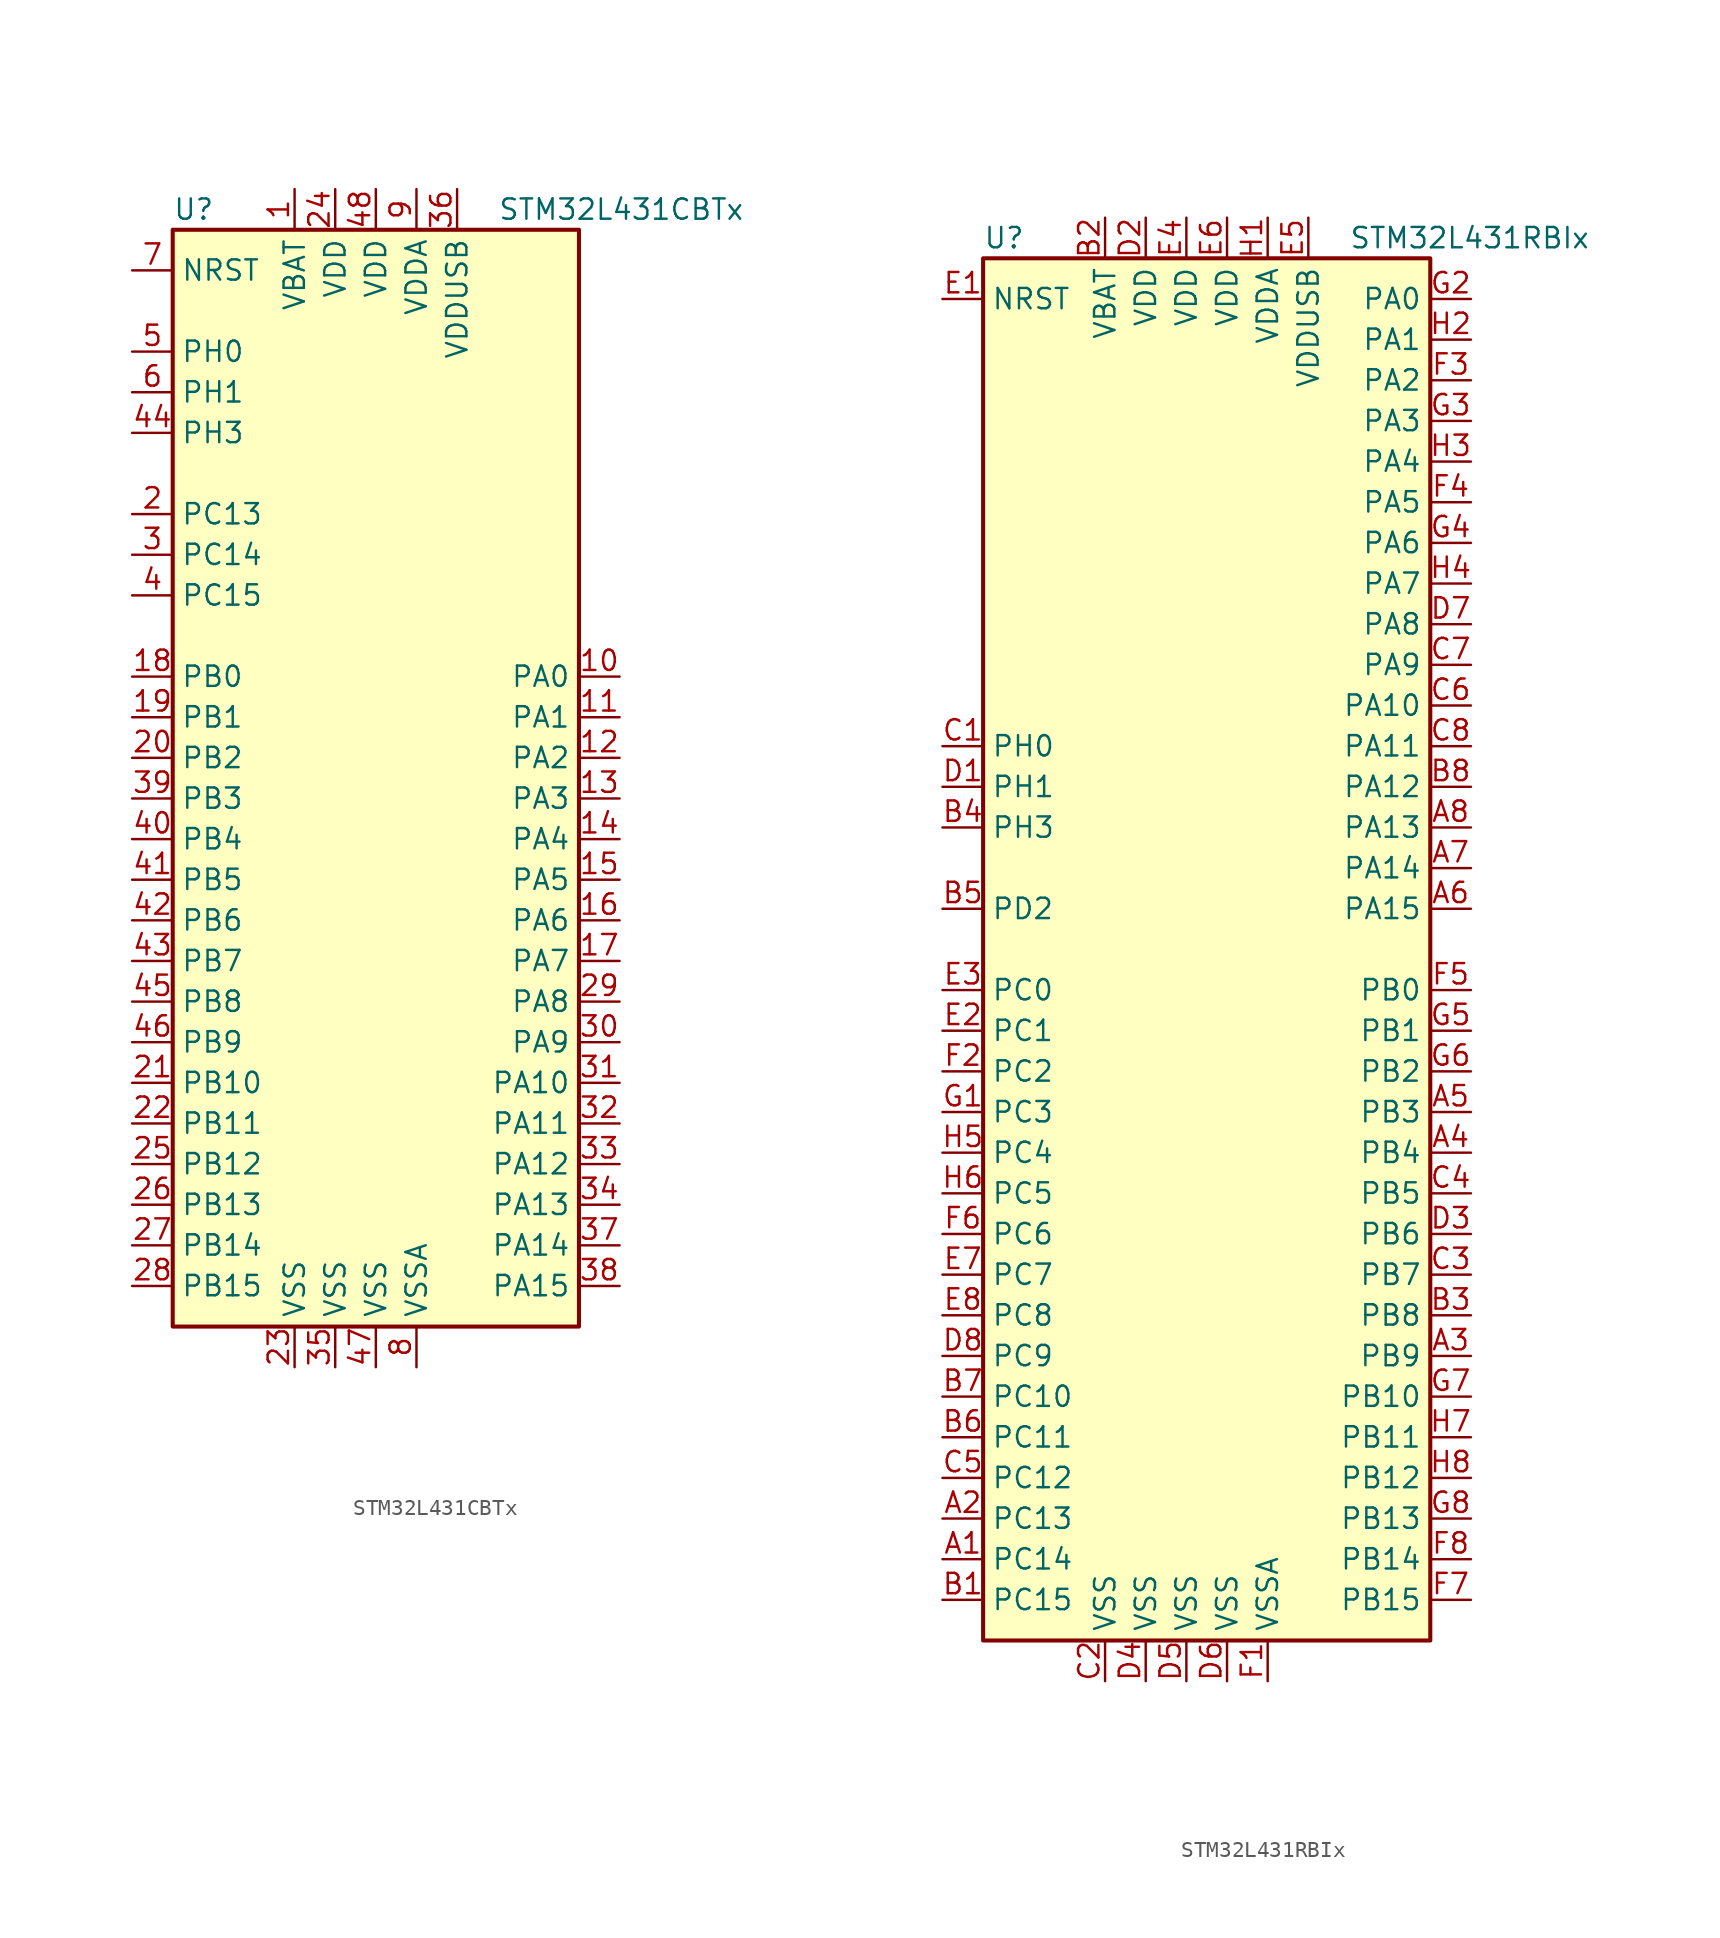
<source format=kicad_sym>
(kicad_symbol_lib
  (version 20211014)
  (generator kicad_symbol_editor)
  (symbol "STM32L431CBTx"
    (property "Reference" "U"
      (at -12.7 34.29 0)
      (effects (font (size 1.27 1.27)) (justify left)))
    (property "Value" "STM32L431CBTx"
      (at 7.62 34.29 0)
      (effects (font (size 1.27 1.27)) (justify left)))
    (symbol "STM32L431CBTx_0_1"
      (rectangle (start -12.7 -35.56) (end 12.7 33.02) (stroke (width 0.254) (type default) (color 0 0 0 0)) (fill (type background))))
    (symbol "STM32L431CBTx_1_1"
      (pin power_in line (at -5.08 35.56 270) (length 2.54) (name "VBAT" (effects (font (size 1.27 1.27)))) (number "1" (effects (font (size 1.27 1.27)))))
      (pin bidirectional line (at 15.24 5.08 180) (length 2.54) (name "PA0" (effects (font (size 1.27 1.27)))) (number "10" (effects (font (size 1.27 1.27)))))
      (pin bidirectional line (at 15.24 2.54 180) (length 2.54) (name "PA1" (effects (font (size 1.27 1.27)))) (number "11" (effects (font (size 1.27 1.27)))))
      (pin bidirectional line (at 15.24 0 180) (length 2.54) (name "PA2" (effects (font (size 1.27 1.27)))) (number "12" (effects (font (size 1.27 1.27)))))
      (pin bidirectional line (at 15.24 -2.54 180) (length 2.54) (name "PA3" (effects (font (size 1.27 1.27)))) (number "13" (effects (font (size 1.27 1.27)))))
      (pin bidirectional line (at 15.24 -5.08 180) (length 2.54) (name "PA4" (effects (font (size 1.27 1.27)))) (number "14" (effects (font (size 1.27 1.27)))))
      (pin bidirectional line (at 15.24 -7.62 180) (length 2.54) (name "PA5" (effects (font (size 1.27 1.27)))) (number "15" (effects (font (size 1.27 1.27)))))
      (pin bidirectional line (at 15.24 -10.16 180) (length 2.54) (name "PA6" (effects (font (size 1.27 1.27)))) (number "16" (effects (font (size 1.27 1.27)))))
      (pin bidirectional line (at 15.24 -12.7 180) (length 2.54) (name "PA7" (effects (font (size 1.27 1.27)))) (number "17" (effects (font (size 1.27 1.27)))))
      (pin bidirectional line (at -15.24 5.08 0) (length 2.54) (name "PB0" (effects (font (size 1.27 1.27)))) (number "18" (effects (font (size 1.27 1.27)))))
      (pin bidirectional line (at -15.24 2.54 0) (length 2.54) (name "PB1" (effects (font (size 1.27 1.27)))) (number "19" (effects (font (size 1.27 1.27)))))
      (pin bidirectional line (at -15.24 15.24 0) (length 2.54) (name "PC13" (effects (font (size 1.27 1.27)))) (number "2" (effects (font (size 1.27 1.27)))))
      (pin bidirectional line (at -15.24 0 0) (length 2.54) (name "PB2" (effects (font (size 1.27 1.27)))) (number "20" (effects (font (size 1.27 1.27)))))
      (pin bidirectional line (at -15.24 -20.32 0) (length 2.54) (name "PB10" (effects (font (size 1.27 1.27)))) (number "21" (effects (font (size 1.27 1.27)))))
      (pin bidirectional line (at -15.24 -22.86 0) (length 2.54) (name "PB11" (effects (font (size 1.27 1.27)))) (number "22" (effects (font (size 1.27 1.27)))))
      (pin power_in line (at -5.08 -38.1 90) (length 2.54) (name "VSS" (effects (font (size 1.27 1.27)))) (number "23" (effects (font (size 1.27 1.27)))))
      (pin power_in line (at -2.54 35.56 270) (length 2.54) (name "VDD" (effects (font (size 1.27 1.27)))) (number "24" (effects (font (size 1.27 1.27)))))
      (pin bidirectional line (at -15.24 -25.4 0) (length 2.54) (name "PB12" (effects (font (size 1.27 1.27)))) (number "25" (effects (font (size 1.27 1.27)))))
      (pin bidirectional line (at -15.24 -27.94 0) (length 2.54) (name "PB13" (effects (font (size 1.27 1.27)))) (number "26" (effects (font (size 1.27 1.27)))))
      (pin bidirectional line (at -15.24 -30.48 0) (length 2.54) (name "PB14" (effects (font (size 1.27 1.27)))) (number "27" (effects (font (size 1.27 1.27)))))
      (pin bidirectional line (at -15.24 -33.02 0) (length 2.54) (name "PB15" (effects (font (size 1.27 1.27)))) (number "28" (effects (font (size 1.27 1.27)))))
      (pin bidirectional line (at 15.24 -15.24 180) (length 2.54) (name "PA8" (effects (font (size 1.27 1.27)))) (number "29" (effects (font (size 1.27 1.27)))))
      (pin bidirectional line (at -15.24 12.7 0) (length 2.54) (name "PC14" (effects (font (size 1.27 1.27)))) (number "3" (effects (font (size 1.27 1.27)))))
      (pin bidirectional line (at 15.24 -17.78 180) (length 2.54) (name "PA9" (effects (font (size 1.27 1.27)))) (number "30" (effects (font (size 1.27 1.27)))))
      (pin bidirectional line (at 15.24 -20.32 180) (length 2.54) (name "PA10" (effects (font (size 1.27 1.27)))) (number "31" (effects (font (size 1.27 1.27)))))
      (pin bidirectional line (at 15.24 -22.86 180) (length 2.54) (name "PA11" (effects (font (size 1.27 1.27)))) (number "32" (effects (font (size 1.27 1.27)))))
      (pin bidirectional line (at 15.24 -25.4 180) (length 2.54) (name "PA12" (effects (font (size 1.27 1.27)))) (number "33" (effects (font (size 1.27 1.27)))))
      (pin bidirectional line (at 15.24 -27.94 180) (length 2.54) (name "PA13" (effects (font (size 1.27 1.27)))) (number "34" (effects (font (size 1.27 1.27)))))
      (pin power_in line (at -2.54 -38.1 90) (length 2.54) (name "VSS" (effects (font (size 1.27 1.27)))) (number "35" (effects (font (size 1.27 1.27)))))
      (pin power_in line (at 5.08 35.56 270) (length 2.54) (name "VDDUSB" (effects (font (size 1.27 1.27)))) (number "36" (effects (font (size 1.27 1.27)))))
      (pin bidirectional line (at 15.24 -30.48 180) (length 2.54) (name "PA14" (effects (font (size 1.27 1.27)))) (number "37" (effects (font (size 1.27 1.27)))))
      (pin bidirectional line (at 15.24 -33.02 180) (length 2.54) (name "PA15" (effects (font (size 1.27 1.27)))) (number "38" (effects (font (size 1.27 1.27)))))
      (pin bidirectional line (at -15.24 -2.54 0) (length 2.54) (name "PB3" (effects (font (size 1.27 1.27)))) (number "39" (effects (font (size 1.27 1.27)))))
      (pin bidirectional line (at -15.24 10.16 0) (length 2.54) (name "PC15" (effects (font (size 1.27 1.27)))) (number "4" (effects (font (size 1.27 1.27)))))
      (pin bidirectional line (at -15.24 -5.08 0) (length 2.54) (name "PB4" (effects (font (size 1.27 1.27)))) (number "40" (effects (font (size 1.27 1.27)))))
      (pin bidirectional line (at -15.24 -7.62 0) (length 2.54) (name "PB5" (effects (font (size 1.27 1.27)))) (number "41" (effects (font (size 1.27 1.27)))))
      (pin bidirectional line (at -15.24 -10.16 0) (length 2.54) (name "PB6" (effects (font (size 1.27 1.27)))) (number "42" (effects (font (size 1.27 1.27)))))
      (pin bidirectional line (at -15.24 -12.7 0) (length 2.54) (name "PB7" (effects (font (size 1.27 1.27)))) (number "43" (effects (font (size 1.27 1.27)))))
      (pin bidirectional line (at -15.24 20.32 0) (length 2.54) (name "PH3" (effects (font (size 1.27 1.27)))) (number "44" (effects (font (size 1.27 1.27)))))
      (pin bidirectional line (at -15.24 -15.24 0) (length 2.54) (name "PB8" (effects (font (size 1.27 1.27)))) (number "45" (effects (font (size 1.27 1.27)))))
      (pin bidirectional line (at -15.24 -17.78 0) (length 2.54) (name "PB9" (effects (font (size 1.27 1.27)))) (number "46" (effects (font (size 1.27 1.27)))))
      (pin power_in line (at 0 -38.1 90) (length 2.54) (name "VSS" (effects (font (size 1.27 1.27)))) (number "47" (effects (font (size 1.27 1.27)))))
      (pin power_in line (at 0 35.56 270) (length 2.54) (name "VDD" (effects (font (size 1.27 1.27)))) (number "48" (effects (font (size 1.27 1.27)))))
      (pin input line (at -15.24 25.4 0) (length 2.54) (name "PH0" (effects (font (size 1.27 1.27)))) (number "5" (effects (font (size 1.27 1.27)))))
      (pin input line (at -15.24 22.86 0) (length 2.54) (name "PH1" (effects (font (size 1.27 1.27)))) (number "6" (effects (font (size 1.27 1.27)))))
      (pin input line (at -15.24 30.48 0) (length 2.54) (name "NRST" (effects (font (size 1.27 1.27)))) (number "7" (effects (font (size 1.27 1.27)))))
      (pin power_in line (at 2.54 -38.1 90) (length 2.54) (name "VSSA" (effects (font (size 1.27 1.27)))) (number "8" (effects (font (size 1.27 1.27)))))
      (pin power_in line (at 2.54 35.56 270) (length 2.54) (name "VDDA" (effects (font (size 1.27 1.27)))) (number "9" (effects (font (size 1.27 1.27)))))))
  (symbol "STM32L431RBIx"
    (property "Reference" "U"
      (at -15.24 44.45 0)
      (effects (font (size 1.27 1.27)) (justify left)))
    (property "Value" "STM32L431RBIx"
      (at 7.62 44.45 0)
      (effects (font (size 1.27 1.27)) (justify left)))
    (symbol "STM32L431RBIx_0_1"
      (rectangle (start -15.24 -43.18) (end 12.7 43.18) (stroke (width 0.254) (type default) (color 0 0 0 0)) (fill (type background))))
    (symbol "STM32L431RBIx_1_1"
      (pin bidirectional line (at -17.78 -38.1 0) (length 2.54) (name "PC14" (effects (font (size 1.27 1.27)))) (number "A1" (effects (font (size 1.27 1.27)))))
      (pin bidirectional line (at -17.78 -35.56 0) (length 2.54) (name "PC13" (effects (font (size 1.27 1.27)))) (number "A2" (effects (font (size 1.27 1.27)))))
      (pin bidirectional line (at 15.24 -25.4 180) (length 2.54) (name "PB9" (effects (font (size 1.27 1.27)))) (number "A3" (effects (font (size 1.27 1.27)))))
      (pin bidirectional line (at 15.24 -12.7 180) (length 2.54) (name "PB4" (effects (font (size 1.27 1.27)))) (number "A4" (effects (font (size 1.27 1.27)))))
      (pin bidirectional line (at 15.24 -10.16 180) (length 2.54) (name "PB3" (effects (font (size 1.27 1.27)))) (number "A5" (effects (font (size 1.27 1.27)))))
      (pin bidirectional line (at 15.24 2.54 180) (length 2.54) (name "PA15" (effects (font (size 1.27 1.27)))) (number "A6" (effects (font (size 1.27 1.27)))))
      (pin bidirectional line (at 15.24 5.08 180) (length 2.54) (name "PA14" (effects (font (size 1.27 1.27)))) (number "A7" (effects (font (size 1.27 1.27)))))
      (pin bidirectional line (at 15.24 7.62 180) (length 2.54) (name "PA13" (effects (font (size 1.27 1.27)))) (number "A8" (effects (font (size 1.27 1.27)))))
      (pin bidirectional line (at -17.78 -40.64 0) (length 2.54) (name "PC15" (effects (font (size 1.27 1.27)))) (number "B1" (effects (font (size 1.27 1.27)))))
      (pin power_in line (at -7.62 45.72 270) (length 2.54) (name "VBAT" (effects (font (size 1.27 1.27)))) (number "B2" (effects (font (size 1.27 1.27)))))
      (pin bidirectional line (at 15.24 -22.86 180) (length 2.54) (name "PB8" (effects (font (size 1.27 1.27)))) (number "B3" (effects (font (size 1.27 1.27)))))
      (pin bidirectional line (at -17.78 7.62 0) (length 2.54) (name "PH3" (effects (font (size 1.27 1.27)))) (number "B4" (effects (font (size 1.27 1.27)))))
      (pin bidirectional line (at -17.78 2.54 0) (length 2.54) (name "PD2" (effects (font (size 1.27 1.27)))) (number "B5" (effects (font (size 1.27 1.27)))))
      (pin bidirectional line (at -17.78 -30.48 0) (length 2.54) (name "PC11" (effects (font (size 1.27 1.27)))) (number "B6" (effects (font (size 1.27 1.27)))))
      (pin bidirectional line (at -17.78 -27.94 0) (length 2.54) (name "PC10" (effects (font (size 1.27 1.27)))) (number "B7" (effects (font (size 1.27 1.27)))))
      (pin bidirectional line (at 15.24 10.16 180) (length 2.54) (name "PA12" (effects (font (size 1.27 1.27)))) (number "B8" (effects (font (size 1.27 1.27)))))
      (pin input line (at -17.78 12.7 0) (length 2.54) (name "PH0" (effects (font (size 1.27 1.27)))) (number "C1" (effects (font (size 1.27 1.27)))))
      (pin power_in line (at -7.62 -45.72 90) (length 2.54) (name "VSS" (effects (font (size 1.27 1.27)))) (number "C2" (effects (font (size 1.27 1.27)))))
      (pin bidirectional line (at 15.24 -20.32 180) (length 2.54) (name "PB7" (effects (font (size 1.27 1.27)))) (number "C3" (effects (font (size 1.27 1.27)))))
      (pin bidirectional line (at 15.24 -15.24 180) (length 2.54) (name "PB5" (effects (font (size 1.27 1.27)))) (number "C4" (effects (font (size 1.27 1.27)))))
      (pin bidirectional line (at -17.78 -33.02 0) (length 2.54) (name "PC12" (effects (font (size 1.27 1.27)))) (number "C5" (effects (font (size 1.27 1.27)))))
      (pin bidirectional line (at 15.24 15.24 180) (length 2.54) (name "PA10" (effects (font (size 1.27 1.27)))) (number "C6" (effects (font (size 1.27 1.27)))))
      (pin bidirectional line (at 15.24 17.78 180) (length 2.54) (name "PA9" (effects (font (size 1.27 1.27)))) (number "C7" (effects (font (size 1.27 1.27)))))
      (pin bidirectional line (at 15.24 12.7 180) (length 2.54) (name "PA11" (effects (font (size 1.27 1.27)))) (number "C8" (effects (font (size 1.27 1.27)))))
      (pin input line (at -17.78 10.16 0) (length 2.54) (name "PH1" (effects (font (size 1.27 1.27)))) (number "D1" (effects (font (size 1.27 1.27)))))
      (pin power_in line (at -5.08 45.72 270) (length 2.54) (name "VDD" (effects (font (size 1.27 1.27)))) (number "D2" (effects (font (size 1.27 1.27)))))
      (pin bidirectional line (at 15.24 -17.78 180) (length 2.54) (name "PB6" (effects (font (size 1.27 1.27)))) (number "D3" (effects (font (size 1.27 1.27)))))
      (pin power_in line (at -5.08 -45.72 90) (length 2.54) (name "VSS" (effects (font (size 1.27 1.27)))) (number "D4" (effects (font (size 1.27 1.27)))))
      (pin power_in line (at -2.54 -45.72 90) (length 2.54) (name "VSS" (effects (font (size 1.27 1.27)))) (number "D5" (effects (font (size 1.27 1.27)))))
      (pin power_in line (at 0 -45.72 90) (length 2.54) (name "VSS" (effects (font (size 1.27 1.27)))) (number "D6" (effects (font (size 1.27 1.27)))))
      (pin bidirectional line (at 15.24 20.32 180) (length 2.54) (name "PA8" (effects (font (size 1.27 1.27)))) (number "D7" (effects (font (size 1.27 1.27)))))
      (pin bidirectional line (at -17.78 -25.4 0) (length 2.54) (name "PC9" (effects (font (size 1.27 1.27)))) (number "D8" (effects (font (size 1.27 1.27)))))
      (pin input line (at -17.78 40.64 0) (length 2.54) (name "NRST" (effects (font (size 1.27 1.27)))) (number "E1" (effects (font (size 1.27 1.27)))))
      (pin bidirectional line (at -17.78 -5.08 0) (length 2.54) (name "PC1" (effects (font (size 1.27 1.27)))) (number "E2" (effects (font (size 1.27 1.27)))))
      (pin bidirectional line (at -17.78 -2.54 0) (length 2.54) (name "PC0" (effects (font (size 1.27 1.27)))) (number "E3" (effects (font (size 1.27 1.27)))))
      (pin power_in line (at -2.54 45.72 270) (length 2.54) (name "VDD" (effects (font (size 1.27 1.27)))) (number "E4" (effects (font (size 1.27 1.27)))))
      (pin power_in line (at 5.08 45.72 270) (length 2.54) (name "VDDUSB" (effects (font (size 1.27 1.27)))) (number "E5" (effects (font (size 1.27 1.27)))))
      (pin power_in line (at 0 45.72 270) (length 2.54) (name "VDD" (effects (font (size 1.27 1.27)))) (number "E6" (effects (font (size 1.27 1.27)))))
      (pin bidirectional line (at -17.78 -20.32 0) (length 2.54) (name "PC7" (effects (font (size 1.27 1.27)))) (number "E7" (effects (font (size 1.27 1.27)))))
      (pin bidirectional line (at -17.78 -22.86 0) (length 2.54) (name "PC8" (effects (font (size 1.27 1.27)))) (number "E8" (effects (font (size 1.27 1.27)))))
      (pin power_in line (at 2.54 -45.72 90) (length 2.54) (name "VSSA" (effects (font (size 1.27 1.27)))) (number "F1" (effects (font (size 1.27 1.27)))))
      (pin bidirectional line (at -17.78 -7.62 0) (length 2.54) (name "PC2" (effects (font (size 1.27 1.27)))) (number "F2" (effects (font (size 1.27 1.27)))))
      (pin bidirectional line (at 15.24 35.56 180) (length 2.54) (name "PA2" (effects (font (size 1.27 1.27)))) (number "F3" (effects (font (size 1.27 1.27)))))
      (pin bidirectional line (at 15.24 27.94 180) (length 2.54) (name "PA5" (effects (font (size 1.27 1.27)))) (number "F4" (effects (font (size 1.27 1.27)))))
      (pin bidirectional line (at 15.24 -2.54 180) (length 2.54) (name "PB0" (effects (font (size 1.27 1.27)))) (number "F5" (effects (font (size 1.27 1.27)))))
      (pin bidirectional line (at -17.78 -17.78 0) (length 2.54) (name "PC6" (effects (font (size 1.27 1.27)))) (number "F6" (effects (font (size 1.27 1.27)))))
      (pin bidirectional line (at 15.24 -40.64 180) (length 2.54) (name "PB15" (effects (font (size 1.27 1.27)))) (number "F7" (effects (font (size 1.27 1.27)))))
      (pin bidirectional line (at 15.24 -38.1 180) (length 2.54) (name "PB14" (effects (font (size 1.27 1.27)))) (number "F8" (effects (font (size 1.27 1.27)))))
      (pin bidirectional line (at -17.78 -10.16 0) (length 2.54) (name "PC3" (effects (font (size 1.27 1.27)))) (number "G1" (effects (font (size 1.27 1.27)))))
      (pin bidirectional line (at 15.24 40.64 180) (length 2.54) (name "PA0" (effects (font (size 1.27 1.27)))) (number "G2" (effects (font (size 1.27 1.27)))))
      (pin bidirectional line (at 15.24 33.02 180) (length 2.54) (name "PA3" (effects (font (size 1.27 1.27)))) (number "G3" (effects (font (size 1.27 1.27)))))
      (pin bidirectional line (at 15.24 25.4 180) (length 2.54) (name "PA6" (effects (font (size 1.27 1.27)))) (number "G4" (effects (font (size 1.27 1.27)))))
      (pin bidirectional line (at 15.24 -5.08 180) (length 2.54) (name "PB1" (effects (font (size 1.27 1.27)))) (number "G5" (effects (font (size 1.27 1.27)))))
      (pin bidirectional line (at 15.24 -7.62 180) (length 2.54) (name "PB2" (effects (font (size 1.27 1.27)))) (number "G6" (effects (font (size 1.27 1.27)))))
      (pin bidirectional line (at 15.24 -27.94 180) (length 2.54) (name "PB10" (effects (font (size 1.27 1.27)))) (number "G7" (effects (font (size 1.27 1.27)))))
      (pin bidirectional line (at 15.24 -35.56 180) (length 2.54) (name "PB13" (effects (font (size 1.27 1.27)))) (number "G8" (effects (font (size 1.27 1.27)))))
      (pin power_in line (at 2.54 45.72 270) (length 2.54) (name "VDDA" (effects (font (size 1.27 1.27)))) (number "H1" (effects (font (size 1.27 1.27)))))
      (pin bidirectional line (at 15.24 38.1 180) (length 2.54) (name "PA1" (effects (font (size 1.27 1.27)))) (number "H2" (effects (font (size 1.27 1.27)))))
      (pin bidirectional line (at 15.24 30.48 180) (length 2.54) (name "PA4" (effects (font (size 1.27 1.27)))) (number "H3" (effects (font (size 1.27 1.27)))))
      (pin bidirectional line (at 15.24 22.86 180) (length 2.54) (name "PA7" (effects (font (size 1.27 1.27)))) (number "H4" (effects (font (size 1.27 1.27)))))
      (pin bidirectional line (at -17.78 -12.7 0) (length 2.54) (name "PC4" (effects (font (size 1.27 1.27)))) (number "H5" (effects (font (size 1.27 1.27)))))
      (pin bidirectional line (at -17.78 -15.24 0) (length 2.54) (name "PC5" (effects (font (size 1.27 1.27)))) (number "H6" (effects (font (size 1.27 1.27)))))
      (pin bidirectional line (at 15.24 -30.48 180) (length 2.54) (name "PB11" (effects (font (size 1.27 1.27)))) (number "H7" (effects (font (size 1.27 1.27)))))
      (pin bidirectional line (at 15.24 -33.02 180) (length 2.54) (name "PB12" (effects (font (size 1.27 1.27)))) (number "H8" (effects (font (size 1.27 1.27))))))))
</source>
